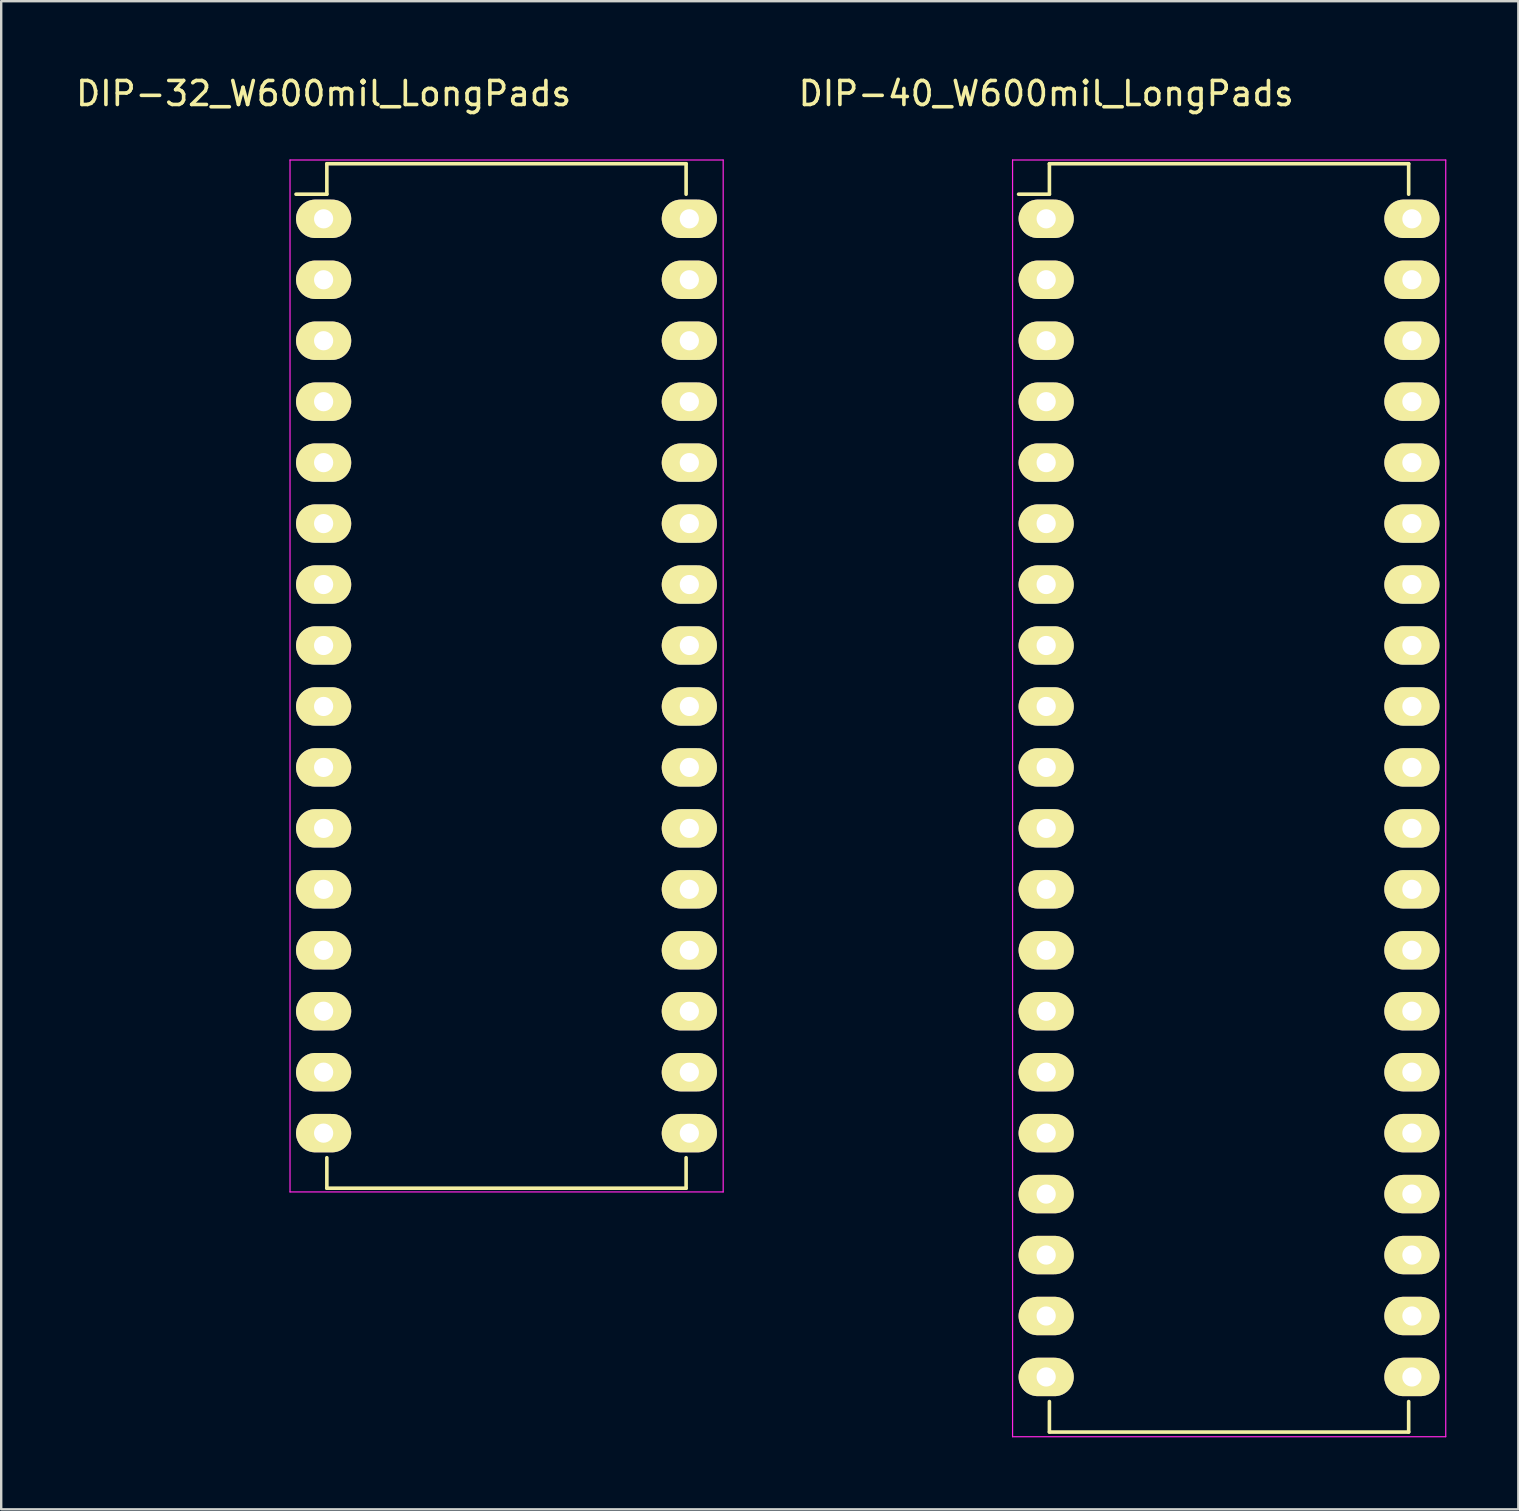
<source format=kicad_pcb>
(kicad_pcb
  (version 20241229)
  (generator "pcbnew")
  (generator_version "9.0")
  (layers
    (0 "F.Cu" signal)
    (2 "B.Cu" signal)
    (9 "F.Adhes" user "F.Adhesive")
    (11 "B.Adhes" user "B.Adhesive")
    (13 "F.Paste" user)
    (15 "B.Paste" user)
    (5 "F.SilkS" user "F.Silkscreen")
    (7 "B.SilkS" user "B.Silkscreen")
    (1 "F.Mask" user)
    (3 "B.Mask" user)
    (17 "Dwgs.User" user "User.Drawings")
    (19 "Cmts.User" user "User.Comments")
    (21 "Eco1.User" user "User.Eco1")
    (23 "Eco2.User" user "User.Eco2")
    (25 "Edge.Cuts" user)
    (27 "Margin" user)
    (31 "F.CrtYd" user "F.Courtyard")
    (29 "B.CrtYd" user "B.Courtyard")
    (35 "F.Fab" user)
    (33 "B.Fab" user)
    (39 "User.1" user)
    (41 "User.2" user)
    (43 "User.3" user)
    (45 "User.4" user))
  (footprint "DIP-32_W600mil_LongPads"
    (layer "F.Cu")
    (at 10.435 6.068)
    (property "Reference" "DIP-32_W600mil_LongPads" (at 0 -5.22 0) (layer "F.SilkS") (effects (font (size 1 1) (thickness 0.15))))
    (attr through_hole)
    (fp_line (start 0.135 -2.295) (end 0.135 -1.025) (stroke (width 0.15) (type solid)) (layer "F.SilkS"))
    (fp_line (start 0.135 -2.295) (end 15.105 -2.295) (stroke (width 0.15) (type solid)) (layer "F.SilkS"))
    (fp_line (start 0.135 -1.025) (end -1.15 -1.025) (stroke (width 0.15) (type solid)) (layer "F.SilkS"))
    (fp_line (start 0.135 40.395) (end 0.135 39.125) (stroke (width 0.15) (type solid)) (layer "F.SilkS"))
    (fp_line (start 0.135 40.395) (end 15.105 40.395) (stroke (width 0.15) (type solid)) (layer "F.SilkS"))
    (fp_line (start 15.105 -2.295) (end 15.105 -1.025) (stroke (width 0.15) (type solid)) (layer "F.SilkS"))
    (fp_line (start 15.105 40.395) (end 15.105 39.125) (stroke (width 0.15) (type solid)) (layer "F.SilkS"))
    (fp_line (start -1.4 -2.45) (end -1.4 40.55) (stroke (width 0.05) (type solid)) (layer "F.CrtYd"))
    (fp_line (start -1.4 -2.45) (end 16.65 -2.45) (stroke (width 0.05) (type solid)) (layer "F.CrtYd"))
    (fp_line (start -1.4 40.55) (end 16.65 40.55) (stroke (width 0.05) (type solid)) (layer "F.CrtYd"))
    (fp_line (start 16.65 -2.45) (end 16.65 40.55) (stroke (width 0.05) (type solid)) (layer "F.CrtYd"))
    (pad "1" thru_hole oval (at 0 0) (size 2.3 1.6) (drill 0.8) (layers "*.Cu" "*.Mask" "F.SilkS"))
    (pad "2" thru_hole oval (at 0 2.54) (size 2.3 1.6) (drill 0.8) (layers "*.Cu" "*.Mask" "F.SilkS"))
    (pad "3" thru_hole oval (at 0 5.08) (size 2.3 1.6) (drill 0.8) (layers "*.Cu" "*.Mask" "F.SilkS"))
    (pad "4" thru_hole oval (at 0 7.62) (size 2.3 1.6) (drill 0.8) (layers "*.Cu" "*.Mask" "F.SilkS"))
    (pad "5" thru_hole oval (at 0 10.16) (size 2.3 1.6) (drill 0.8) (layers "*.Cu" "*.Mask" "F.SilkS"))
    (pad "6" thru_hole oval (at 0 12.7) (size 2.3 1.6) (drill 0.8) (layers "*.Cu" "*.Mask" "F.SilkS"))
    (pad "7" thru_hole oval (at 0 15.24) (size 2.3 1.6) (drill 0.8) (layers "*.Cu" "*.Mask" "F.SilkS"))
    (pad "8" thru_hole oval (at 0 17.78) (size 2.3 1.6) (drill 0.8) (layers "*.Cu" "*.Mask" "F.SilkS"))
    (pad "9" thru_hole oval (at 0 20.32) (size 2.3 1.6) (drill 0.8) (layers "*.Cu" "*.Mask" "F.SilkS"))
    (pad "10" thru_hole oval (at 0 22.86) (size 2.3 1.6) (drill 0.8) (layers "*.Cu" "*.Mask" "F.SilkS"))
    (pad "11" thru_hole oval (at 0 25.4) (size 2.3 1.6) (drill 0.8) (layers "*.Cu" "*.Mask" "F.SilkS"))
    (pad "12" thru_hole oval (at 0 27.94) (size 2.3 1.6) (drill 0.8) (layers "*.Cu" "*.Mask" "F.SilkS"))
    (pad "13" thru_hole oval (at 0 30.48) (size 2.3 1.6) (drill 0.8) (layers "*.Cu" "*.Mask" "F.SilkS"))
    (pad "14" thru_hole oval (at 0 33.02) (size 2.3 1.6) (drill 0.8) (layers "*.Cu" "*.Mask" "F.SilkS"))
    (pad "15" thru_hole oval (at 0 35.56) (size 2.3 1.6) (drill 0.8) (layers "*.Cu" "*.Mask" "F.SilkS"))
    (pad "16" thru_hole oval (at 0 38.1) (size 2.3 1.6) (drill 0.8) (layers "*.Cu" "*.Mask" "F.SilkS"))
    (pad "17" thru_hole oval (at 15.24 38.1) (size 2.3 1.6) (drill 0.8) (layers "*.Cu" "*.Mask" "F.SilkS"))
    (pad "18" thru_hole oval (at 15.24 35.56) (size 2.3 1.6) (drill 0.8) (layers "*.Cu" "*.Mask" "F.SilkS"))
    (pad "19" thru_hole oval (at 15.24 33.02) (size 2.3 1.6) (drill 0.8) (layers "*.Cu" "*.Mask" "F.SilkS"))
    (pad "20" thru_hole oval (at 15.24 30.48) (size 2.3 1.6) (drill 0.8) (layers "*.Cu" "*.Mask" "F.SilkS"))
    (pad "21" thru_hole oval (at 15.24 27.94) (size 2.3 1.6) (drill 0.8) (layers "*.Cu" "*.Mask" "F.SilkS"))
    (pad "22" thru_hole oval (at 15.24 25.4) (size 2.3 1.6) (drill 0.8) (layers "*.Cu" "*.Mask" "F.SilkS"))
    (pad "23" thru_hole oval (at 15.24 22.86) (size 2.3 1.6) (drill 0.8) (layers "*.Cu" "*.Mask" "F.SilkS"))
    (pad "24" thru_hole oval (at 15.24 20.32) (size 2.3 1.6) (drill 0.8) (layers "*.Cu" "*.Mask" "F.SilkS"))
    (pad "25" thru_hole oval (at 15.24 17.78) (size 2.3 1.6) (drill 0.8) (layers "*.Cu" "*.Mask" "F.SilkS"))
    (pad "26" thru_hole oval (at 15.24 15.24) (size 2.3 1.6) (drill 0.8) (layers "*.Cu" "*.Mask" "F.SilkS"))
    (pad "27" thru_hole oval (at 15.24 12.7) (size 2.3 1.6) (drill 0.8) (layers "*.Cu" "*.Mask" "F.SilkS"))
    (pad "28" thru_hole oval (at 15.24 10.16) (size 2.3 1.6) (drill 0.8) (layers "*.Cu" "*.Mask" "F.SilkS"))
    (pad "29" thru_hole oval (at 15.24 7.62) (size 2.3 1.6) (drill 0.8) (layers "*.Cu" "*.Mask" "F.SilkS"))
    (pad "30" thru_hole oval (at 15.24 5.08) (size 2.3 1.6) (drill 0.8) (layers "*.Cu" "*.Mask" "F.SilkS"))
    (pad "31" thru_hole oval (at 15.24 2.54) (size 2.3 1.6) (drill 0.8) (layers "*.Cu" "*.Mask" "F.SilkS"))
    (pad "32" thru_hole oval (at 15.24 0) (size 2.3 1.6) (drill 0.8) (layers "*.Cu" "*.Mask" "F.SilkS")))
  (footprint "DIP-40_W600mil_LongPads"
    (layer "F.Cu")
    (at 40.544 6.068)
    (property "Reference" "DIP-40_W600mil_LongPads" (at 0 -5.22 0) (layer "F.SilkS") (effects (font (size 1 1) (thickness 0.15))))
    (attr through_hole)
    (fp_line (start 0.135 -2.295) (end 0.135 -1.025) (stroke (width 0.15) (type solid)) (layer "F.SilkS"))
    (fp_line (start 0.135 -2.295) (end 15.105 -2.295) (stroke (width 0.15) (type solid)) (layer "F.SilkS"))
    (fp_line (start 0.135 -1.025) (end -1.15 -1.025) (stroke (width 0.15) (type solid)) (layer "F.SilkS"))
    (fp_line (start 0.135 50.555) (end 0.135 49.285) (stroke (width 0.15) (type solid)) (layer "F.SilkS"))
    (fp_line (start 0.135 50.555) (end 15.105 50.555) (stroke (width 0.15) (type solid)) (layer "F.SilkS"))
    (fp_line (start 15.105 -2.295) (end 15.105 -1.025) (stroke (width 0.15) (type solid)) (layer "F.SilkS"))
    (fp_line (start 15.105 50.555) (end 15.105 49.285) (stroke (width 0.15) (type solid)) (layer "F.SilkS"))
    (fp_line (start -1.4 -2.45) (end -1.4 50.75) (stroke (width 0.05) (type solid)) (layer "F.CrtYd"))
    (fp_line (start -1.4 -2.45) (end 16.65 -2.45) (stroke (width 0.05) (type solid)) (layer "F.CrtYd"))
    (fp_line (start -1.4 50.75) (end 16.65 50.75) (stroke (width 0.05) (type solid)) (layer "F.CrtYd"))
    (fp_line (start 16.65 -2.45) (end 16.65 50.75) (stroke (width 0.05) (type solid)) (layer "F.CrtYd"))
    (pad "1" thru_hole oval (at 0 0) (size 2.3 1.6) (drill 0.8) (layers "*.Cu" "*.Mask" "F.SilkS"))
    (pad "2" thru_hole oval (at 0 2.54) (size 2.3 1.6) (drill 0.8) (layers "*.Cu" "*.Mask" "F.SilkS"))
    (pad "3" thru_hole oval (at 0 5.08) (size 2.3 1.6) (drill 0.8) (layers "*.Cu" "*.Mask" "F.SilkS"))
    (pad "4" thru_hole oval (at 0 7.62) (size 2.3 1.6) (drill 0.8) (layers "*.Cu" "*.Mask" "F.SilkS"))
    (pad "5" thru_hole oval (at 0 10.16) (size 2.3 1.6) (drill 0.8) (layers "*.Cu" "*.Mask" "F.SilkS"))
    (pad "6" thru_hole oval (at 0 12.7) (size 2.3 1.6) (drill 0.8) (layers "*.Cu" "*.Mask" "F.SilkS"))
    (pad "7" thru_hole oval (at 0 15.24) (size 2.3 1.6) (drill 0.8) (layers "*.Cu" "*.Mask" "F.SilkS"))
    (pad "8" thru_hole oval (at 0 17.78) (size 2.3 1.6) (drill 0.8) (layers "*.Cu" "*.Mask" "F.SilkS"))
    (pad "9" thru_hole oval (at 0 20.32) (size 2.3 1.6) (drill 0.8) (layers "*.Cu" "*.Mask" "F.SilkS"))
    (pad "10" thru_hole oval (at 0 22.86) (size 2.3 1.6) (drill 0.8) (layers "*.Cu" "*.Mask" "F.SilkS"))
    (pad "11" thru_hole oval (at 0 25.4) (size 2.3 1.6) (drill 0.8) (layers "*.Cu" "*.Mask" "F.SilkS"))
    (pad "12" thru_hole oval (at 0 27.94) (size 2.3 1.6) (drill 0.8) (layers "*.Cu" "*.Mask" "F.SilkS"))
    (pad "13" thru_hole oval (at 0 30.48) (size 2.3 1.6) (drill 0.8) (layers "*.Cu" "*.Mask" "F.SilkS"))
    (pad "14" thru_hole oval (at 0 33.02) (size 2.3 1.6) (drill 0.8) (layers "*.Cu" "*.Mask" "F.SilkS"))
    (pad "15" thru_hole oval (at 0 35.56) (size 2.3 1.6) (drill 0.8) (layers "*.Cu" "*.Mask" "F.SilkS"))
    (pad "16" thru_hole oval (at 0 38.1) (size 2.3 1.6) (drill 0.8) (layers "*.Cu" "*.Mask" "F.SilkS"))
    (pad "17" thru_hole oval (at 0 40.64) (size 2.3 1.6) (drill 0.8) (layers "*.Cu" "*.Mask" "F.SilkS"))
    (pad "18" thru_hole oval (at 0 43.18) (size 2.3 1.6) (drill 0.8) (layers "*.Cu" "*.Mask" "F.SilkS"))
    (pad "19" thru_hole oval (at 0 45.72) (size 2.3 1.6) (drill 0.8) (layers "*.Cu" "*.Mask" "F.SilkS"))
    (pad "20" thru_hole oval (at 0 48.26) (size 2.3 1.6) (drill 0.8) (layers "*.Cu" "*.Mask" "F.SilkS"))
    (pad "21" thru_hole oval (at 15.24 48.26) (size 2.3 1.6) (drill 0.8) (layers "*.Cu" "*.Mask" "F.SilkS"))
    (pad "22" thru_hole oval (at 15.24 45.72) (size 2.3 1.6) (drill 0.8) (layers "*.Cu" "*.Mask" "F.SilkS"))
    (pad "23" thru_hole oval (at 15.24 43.18) (size 2.3 1.6) (drill 0.8) (layers "*.Cu" "*.Mask" "F.SilkS"))
    (pad "24" thru_hole oval (at 15.24 40.64) (size 2.3 1.6) (drill 0.8) (layers "*.Cu" "*.Mask" "F.SilkS"))
    (pad "25" thru_hole oval (at 15.24 38.1) (size 2.3 1.6) (drill 0.8) (layers "*.Cu" "*.Mask" "F.SilkS"))
    (pad "26" thru_hole oval (at 15.24 35.56) (size 2.3 1.6) (drill 0.8) (layers "*.Cu" "*.Mask" "F.SilkS"))
    (pad "27" thru_hole oval (at 15.24 33.02) (size 2.3 1.6) (drill 0.8) (layers "*.Cu" "*.Mask" "F.SilkS"))
    (pad "28" thru_hole oval (at 15.24 30.48) (size 2.3 1.6) (drill 0.8) (layers "*.Cu" "*.Mask" "F.SilkS"))
    (pad "29" thru_hole oval (at 15.24 27.94) (size 2.3 1.6) (drill 0.8) (layers "*.Cu" "*.Mask" "F.SilkS"))
    (pad "30" thru_hole oval (at 15.24 25.4) (size 2.3 1.6) (drill 0.8) (layers "*.Cu" "*.Mask" "F.SilkS"))
    (pad "31" thru_hole oval (at 15.24 22.86) (size 2.3 1.6) (drill 0.8) (layers "*.Cu" "*.Mask" "F.SilkS"))
    (pad "32" thru_hole oval (at 15.24 20.32) (size 2.3 1.6) (drill 0.8) (layers "*.Cu" "*.Mask" "F.SilkS"))
    (pad "33" thru_hole oval (at 15.24 17.78) (size 2.3 1.6) (drill 0.8) (layers "*.Cu" "*.Mask" "F.SilkS"))
    (pad "34" thru_hole oval (at 15.24 15.24) (size 2.3 1.6) (drill 0.8) (layers "*.Cu" "*.Mask" "F.SilkS"))
    (pad "35" thru_hole oval (at 15.24 12.7) (size 2.3 1.6) (drill 0.8) (layers "*.Cu" "*.Mask" "F.SilkS"))
    (pad "36" thru_hole oval (at 15.24 10.16) (size 2.3 1.6) (drill 0.8) (layers "*.Cu" "*.Mask" "F.SilkS"))
    (pad "37" thru_hole oval (at 15.24 7.62) (size 2.3 1.6) (drill 0.8) (layers "*.Cu" "*.Mask" "F.SilkS"))
    (pad "38" thru_hole oval (at 15.24 5.08) (size 2.3 1.6) (drill 0.8) (layers "*.Cu" "*.Mask" "F.SilkS"))
    (pad "39" thru_hole oval (at 15.24 2.54) (size 2.3 1.6) (drill 0.8) (layers "*.Cu" "*.Mask" "F.SilkS"))
    (pad "40" thru_hole oval (at 15.24 0) (size 2.3 1.6) (drill 0.8) (layers "*.Cu" "*.Mask" "F.SilkS")))
  (gr_rect
    (start -3 -3)
    (end 60.219 59.843)
    (stroke (width 0.1) (type default))
    (fill no)
    (layer "Edge.Cuts")))
</source>
